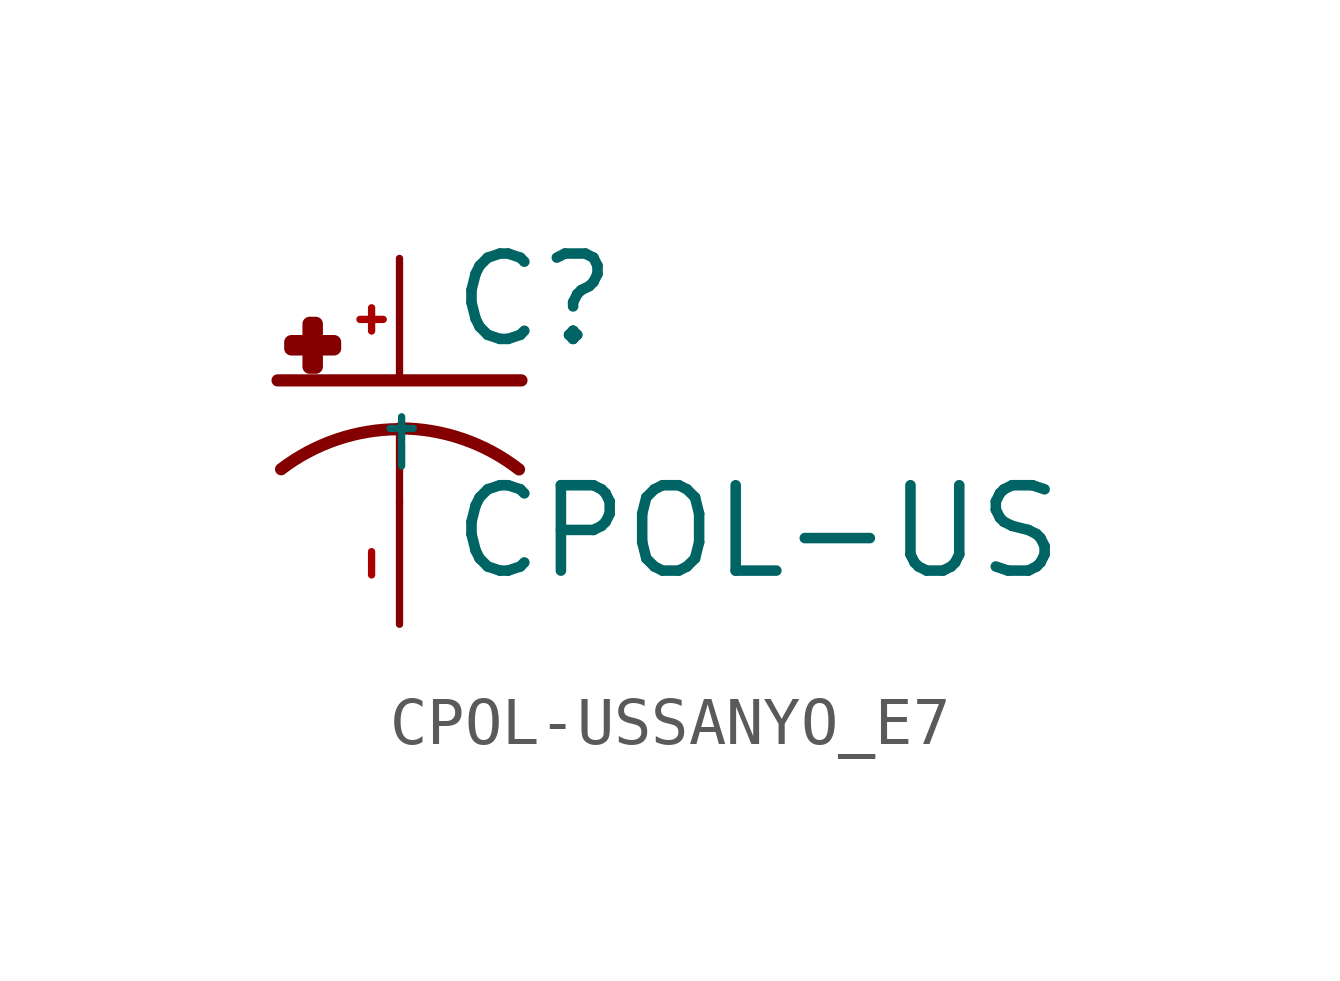
<source format=kicad_sym>
(kicad_symbol_lib
  (version 20220914)
  (generator Eagle2Kicad)
  (symbol "CPOL-USSANYO_E7"
    (property "Reference" "C"
      (at 1.016 0.635 0)
      (effects (font (size 1.778 1.778) (thickness 0.22)) (justify left bottom)))
    (property "Value" "CPOL-US"
      (at 1.016 -4.191 0)
      (effects (font (size 1.778 1.778) (thickness 0.22)) (justify left bottom)))
    (polyline
      (pts (xy -2.54 0) (xy 2.54 0))
      (stroke (width 0.254) (type default))
      (fill (type none)))
    (polyline
      (pts (xy 0 -1.016) (xy 0 -2.54))
      (stroke (width 0.152) (type default))
      (fill (type none)))
    (arc
      (start 2.4892 -1.8542)
      (mid 1.316 -1.220)
      (end 0 -1)
      (stroke (width 0.254) (type default))
      (fill (type none)))
    (arc
      (start 0 -1.0161)
      (mid -1.302 -1.230)
      (end -2.4669 -1.8504)
      (stroke (width 0.254) (type default))
      (fill (type none)))
    (rectangle
      (start -2.253 0.668)
      (end -1.364 0.795)
      (stroke (width 0.3) (type default))
      (fill (type outline)))
    (rectangle
      (start -1.872 0.287)
      (end -1.745 1.176)
      (stroke (width 0.3) (type default))
      (fill (type outline)))
    (pin passive line
      (at 0 2.54 270)
      (length 2.54)
      (name "+" (effects (font (size 0.635 0.635) (thickness 0.08)) (justify left bottom)))
      (number "+" (effects (font (size 0.635 0.635) (thickness 0.08)) (justify left bottom))))
    (pin passive line
      (at 0 -5.08 90)
      (length 2.54)
      (name "-" (effects (font (size 0.635 0.635) (thickness 0.08)) (justify left bottom)))
      (number "-" (effects (font (size 0.635 0.635) (thickness 0.08)) (justify left bottom))))))
</source>
